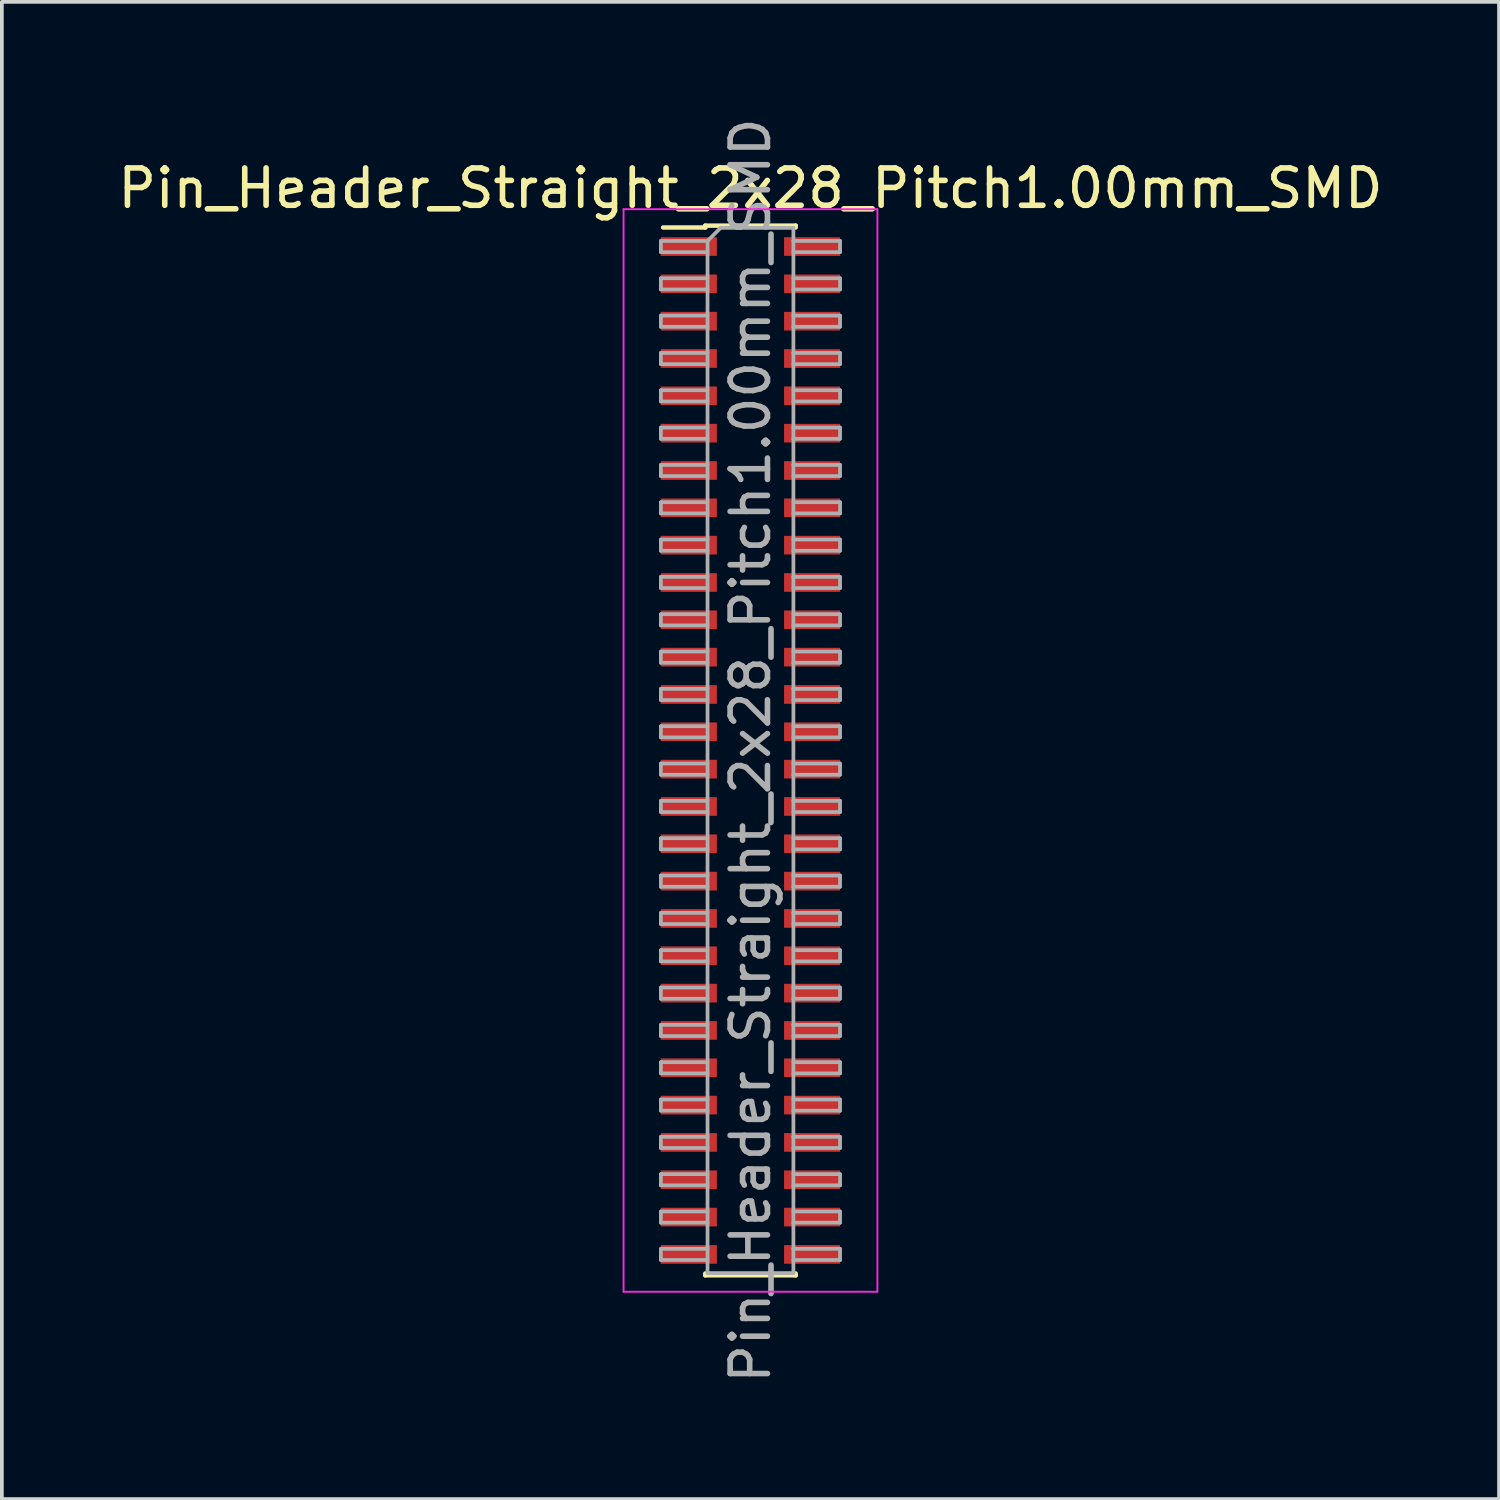
<source format=kicad_pcb>
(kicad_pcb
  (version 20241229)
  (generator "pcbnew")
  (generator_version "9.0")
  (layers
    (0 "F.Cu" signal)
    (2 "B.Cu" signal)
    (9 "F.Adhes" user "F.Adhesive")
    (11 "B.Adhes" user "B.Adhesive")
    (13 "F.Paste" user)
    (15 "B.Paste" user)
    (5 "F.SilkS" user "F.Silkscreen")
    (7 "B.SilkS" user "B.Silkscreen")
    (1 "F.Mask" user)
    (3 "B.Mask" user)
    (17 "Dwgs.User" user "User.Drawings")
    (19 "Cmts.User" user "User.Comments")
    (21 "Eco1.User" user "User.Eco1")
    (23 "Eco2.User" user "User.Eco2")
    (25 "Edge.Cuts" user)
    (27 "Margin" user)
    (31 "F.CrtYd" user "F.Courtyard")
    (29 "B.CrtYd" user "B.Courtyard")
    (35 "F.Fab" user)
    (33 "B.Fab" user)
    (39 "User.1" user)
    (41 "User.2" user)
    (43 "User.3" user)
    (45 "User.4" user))
  (footprint "Pin_Header_Straight_2x28_Pitch1.00mm_SMD"
    (layer "F.Cu")
    (at 17.054 17.054)
    (property "Reference" "Pin_Header_Straight_2x28_Pitch1.00mm_SMD" (at 0 -15.06 0) (layer "F.SilkS") (effects (font (size 1 1) (thickness 0.15))))
    (attr smd)
    (fp_line (start -2.34 -14.01) (end -1.21 -14.01) (stroke (width 0.12) (type solid)) (layer "F.SilkS"))
    (fp_line (start -1.21 -14.06) (end -1.21 -14.01) (stroke (width 0.12) (type solid)) (layer "F.SilkS"))
    (fp_line (start -1.21 -14.06) (end 1.21 -14.06) (stroke (width 0.12) (type solid)) (layer "F.SilkS"))
    (fp_line (start -1.21 14.01) (end -1.21 14.06) (stroke (width 0.12) (type solid)) (layer "F.SilkS"))
    (fp_line (start -1.21 14.06) (end 1.21 14.06) (stroke (width 0.12) (type solid)) (layer "F.SilkS"))
    (fp_line (start 1.21 -14.06) (end 1.21 -14.01) (stroke (width 0.12) (type solid)) (layer "F.SilkS"))
    (fp_line (start 1.21 14.01) (end 1.21 14.06) (stroke (width 0.12) (type solid)) (layer "F.SilkS"))
    (fp_line (start -3.4 -14.5) (end -3.4 14.5) (stroke (width 0.05) (type solid)) (layer "F.CrtYd"))
    (fp_line (start -3.4 14.5) (end 3.4 14.5) (stroke (width 0.05) (type solid)) (layer "F.CrtYd"))
    (fp_line (start 3.4 -14.5) (end -3.4 -14.5) (stroke (width 0.05) (type solid)) (layer "F.CrtYd"))
    (fp_line (start 3.4 14.5) (end 3.4 -14.5) (stroke (width 0.05) (type solid)) (layer "F.CrtYd"))
    (fp_line (start -2.4 -13.65) (end -2.4 -13.35) (stroke (width 0.1) (type solid)) (layer "F.Fab"))
    (fp_line (start -2.4 -13.35) (end -1.15 -13.35) (stroke (width 0.1) (type solid)) (layer "F.Fab"))
    (fp_line (start -2.4 -12.65) (end -2.4 -12.35) (stroke (width 0.1) (type solid)) (layer "F.Fab"))
    (fp_line (start -2.4 -12.35) (end -1.15 -12.35) (stroke (width 0.1) (type solid)) (layer "F.Fab"))
    (fp_line (start -2.4 -11.65) (end -2.4 -11.35) (stroke (width 0.1) (type solid)) (layer "F.Fab"))
    (fp_line (start -2.4 -11.35) (end -1.15 -11.35) (stroke (width 0.1) (type solid)) (layer "F.Fab"))
    (fp_line (start -2.4 -10.65) (end -2.4 -10.35) (stroke (width 0.1) (type solid)) (layer "F.Fab"))
    (fp_line (start -2.4 -10.35) (end -1.15 -10.35) (stroke (width 0.1) (type solid)) (layer "F.Fab"))
    (fp_line (start -2.4 -9.65) (end -2.4 -9.35) (stroke (width 0.1) (type solid)) (layer "F.Fab"))
    (fp_line (start -2.4 -9.35) (end -1.15 -9.35) (stroke (width 0.1) (type solid)) (layer "F.Fab"))
    (fp_line (start -2.4 -8.65) (end -2.4 -8.35) (stroke (width 0.1) (type solid)) (layer "F.Fab"))
    (fp_line (start -2.4 -8.35) (end -1.15 -8.35) (stroke (width 0.1) (type solid)) (layer "F.Fab"))
    (fp_line (start -2.4 -7.65) (end -2.4 -7.35) (stroke (width 0.1) (type solid)) (layer "F.Fab"))
    (fp_line (start -2.4 -7.35) (end -1.15 -7.35) (stroke (width 0.1) (type solid)) (layer "F.Fab"))
    (fp_line (start -2.4 -6.65) (end -2.4 -6.35) (stroke (width 0.1) (type solid)) (layer "F.Fab"))
    (fp_line (start -2.4 -6.35) (end -1.15 -6.35) (stroke (width 0.1) (type solid)) (layer "F.Fab"))
    (fp_line (start -2.4 -5.65) (end -2.4 -5.35) (stroke (width 0.1) (type solid)) (layer "F.Fab"))
    (fp_line (start -2.4 -5.35) (end -1.15 -5.35) (stroke (width 0.1) (type solid)) (layer "F.Fab"))
    (fp_line (start -2.4 -4.65) (end -2.4 -4.35) (stroke (width 0.1) (type solid)) (layer "F.Fab"))
    (fp_line (start -2.4 -4.35) (end -1.15 -4.35) (stroke (width 0.1) (type solid)) (layer "F.Fab"))
    (fp_line (start -2.4 -3.65) (end -2.4 -3.35) (stroke (width 0.1) (type solid)) (layer "F.Fab"))
    (fp_line (start -2.4 -3.35) (end -1.15 -3.35) (stroke (width 0.1) (type solid)) (layer "F.Fab"))
    (fp_line (start -2.4 -2.65) (end -2.4 -2.35) (stroke (width 0.1) (type solid)) (layer "F.Fab"))
    (fp_line (start -2.4 -2.35) (end -1.15 -2.35) (stroke (width 0.1) (type solid)) (layer "F.Fab"))
    (fp_line (start -2.4 -1.65) (end -2.4 -1.35) (stroke (width 0.1) (type solid)) (layer "F.Fab"))
    (fp_line (start -2.4 -1.35) (end -1.15 -1.35) (stroke (width 0.1) (type solid)) (layer "F.Fab"))
    (fp_line (start -2.4 -0.65) (end -2.4 -0.35) (stroke (width 0.1) (type solid)) (layer "F.Fab"))
    (fp_line (start -2.4 -0.35) (end -1.15 -0.35) (stroke (width 0.1) (type solid)) (layer "F.Fab"))
    (fp_line (start -2.4 0.35) (end -2.4 0.65) (stroke (width 0.1) (type solid)) (layer "F.Fab"))
    (fp_line (start -2.4 0.65) (end -1.15 0.65) (stroke (width 0.1) (type solid)) (layer "F.Fab"))
    (fp_line (start -2.4 1.35) (end -2.4 1.65) (stroke (width 0.1) (type solid)) (layer "F.Fab"))
    (fp_line (start -2.4 1.65) (end -1.15 1.65) (stroke (width 0.1) (type solid)) (layer "F.Fab"))
    (fp_line (start -2.4 2.35) (end -2.4 2.65) (stroke (width 0.1) (type solid)) (layer "F.Fab"))
    (fp_line (start -2.4 2.65) (end -1.15 2.65) (stroke (width 0.1) (type solid)) (layer "F.Fab"))
    (fp_line (start -2.4 3.35) (end -2.4 3.65) (stroke (width 0.1) (type solid)) (layer "F.Fab"))
    (fp_line (start -2.4 3.65) (end -1.15 3.65) (stroke (width 0.1) (type solid)) (layer "F.Fab"))
    (fp_line (start -2.4 4.35) (end -2.4 4.65) (stroke (width 0.1) (type solid)) (layer "F.Fab"))
    (fp_line (start -2.4 4.65) (end -1.15 4.65) (stroke (width 0.1) (type solid)) (layer "F.Fab"))
    (fp_line (start -2.4 5.35) (end -2.4 5.65) (stroke (width 0.1) (type solid)) (layer "F.Fab"))
    (fp_line (start -2.4 5.65) (end -1.15 5.65) (stroke (width 0.1) (type solid)) (layer "F.Fab"))
    (fp_line (start -2.4 6.35) (end -2.4 6.65) (stroke (width 0.1) (type solid)) (layer "F.Fab"))
    (fp_line (start -2.4 6.65) (end -1.15 6.65) (stroke (width 0.1) (type solid)) (layer "F.Fab"))
    (fp_line (start -2.4 7.35) (end -2.4 7.65) (stroke (width 0.1) (type solid)) (layer "F.Fab"))
    (fp_line (start -2.4 7.65) (end -1.15 7.65) (stroke (width 0.1) (type solid)) (layer "F.Fab"))
    (fp_line (start -2.4 8.35) (end -2.4 8.65) (stroke (width 0.1) (type solid)) (layer "F.Fab"))
    (fp_line (start -2.4 8.65) (end -1.15 8.65) (stroke (width 0.1) (type solid)) (layer "F.Fab"))
    (fp_line (start -2.4 9.35) (end -2.4 9.65) (stroke (width 0.1) (type solid)) (layer "F.Fab"))
    (fp_line (start -2.4 9.65) (end -1.15 9.65) (stroke (width 0.1) (type solid)) (layer "F.Fab"))
    (fp_line (start -2.4 10.35) (end -2.4 10.65) (stroke (width 0.1) (type solid)) (layer "F.Fab"))
    (fp_line (start -2.4 10.65) (end -1.15 10.65) (stroke (width 0.1) (type solid)) (layer "F.Fab"))
    (fp_line (start -2.4 11.35) (end -2.4 11.65) (stroke (width 0.1) (type solid)) (layer "F.Fab"))
    (fp_line (start -2.4 11.65) (end -1.15 11.65) (stroke (width 0.1) (type solid)) (layer "F.Fab"))
    (fp_line (start -2.4 12.35) (end -2.4 12.65) (stroke (width 0.1) (type solid)) (layer "F.Fab"))
    (fp_line (start -2.4 12.65) (end -1.15 12.65) (stroke (width 0.1) (type solid)) (layer "F.Fab"))
    (fp_line (start -2.4 13.35) (end -2.4 13.65) (stroke (width 0.1) (type solid)) (layer "F.Fab"))
    (fp_line (start -2.4 13.65) (end -1.15 13.65) (stroke (width 0.1) (type solid)) (layer "F.Fab"))
    (fp_line (start -1.15 -13.65) (end -2.4 -13.65) (stroke (width 0.1) (type solid)) (layer "F.Fab"))
    (fp_line (start -1.15 -13.65) (end -0.8 -14) (stroke (width 0.1) (type solid)) (layer "F.Fab"))
    (fp_line (start -1.15 -12.65) (end -2.4 -12.65) (stroke (width 0.1) (type solid)) (layer "F.Fab"))
    (fp_line (start -1.15 -11.65) (end -2.4 -11.65) (stroke (width 0.1) (type solid)) (layer "F.Fab"))
    (fp_line (start -1.15 -10.65) (end -2.4 -10.65) (stroke (width 0.1) (type solid)) (layer "F.Fab"))
    (fp_line (start -1.15 -9.65) (end -2.4 -9.65) (stroke (width 0.1) (type solid)) (layer "F.Fab"))
    (fp_line (start -1.15 -8.65) (end -2.4 -8.65) (stroke (width 0.1) (type solid)) (layer "F.Fab"))
    (fp_line (start -1.15 -7.65) (end -2.4 -7.65) (stroke (width 0.1) (type solid)) (layer "F.Fab"))
    (fp_line (start -1.15 -6.65) (end -2.4 -6.65) (stroke (width 0.1) (type solid)) (layer "F.Fab"))
    (fp_line (start -1.15 -5.65) (end -2.4 -5.65) (stroke (width 0.1) (type solid)) (layer "F.Fab"))
    (fp_line (start -1.15 -4.65) (end -2.4 -4.65) (stroke (width 0.1) (type solid)) (layer "F.Fab"))
    (fp_line (start -1.15 -3.65) (end -2.4 -3.65) (stroke (width 0.1) (type solid)) (layer "F.Fab"))
    (fp_line (start -1.15 -2.65) (end -2.4 -2.65) (stroke (width 0.1) (type solid)) (layer "F.Fab"))
    (fp_line (start -1.15 -1.65) (end -2.4 -1.65) (stroke (width 0.1) (type solid)) (layer "F.Fab"))
    (fp_line (start -1.15 -0.65) (end -2.4 -0.65) (stroke (width 0.1) (type solid)) (layer "F.Fab"))
    (fp_line (start -1.15 0.35) (end -2.4 0.35) (stroke (width 0.1) (type solid)) (layer "F.Fab"))
    (fp_line (start -1.15 1.35) (end -2.4 1.35) (stroke (width 0.1) (type solid)) (layer "F.Fab"))
    (fp_line (start -1.15 2.35) (end -2.4 2.35) (stroke (width 0.1) (type solid)) (layer "F.Fab"))
    (fp_line (start -1.15 3.35) (end -2.4 3.35) (stroke (width 0.1) (type solid)) (layer "F.Fab"))
    (fp_line (start -1.15 4.35) (end -2.4 4.35) (stroke (width 0.1) (type solid)) (layer "F.Fab"))
    (fp_line (start -1.15 5.35) (end -2.4 5.35) (stroke (width 0.1) (type solid)) (layer "F.Fab"))
    (fp_line (start -1.15 6.35) (end -2.4 6.35) (stroke (width 0.1) (type solid)) (layer "F.Fab"))
    (fp_line (start -1.15 7.35) (end -2.4 7.35) (stroke (width 0.1) (type solid)) (layer "F.Fab"))
    (fp_line (start -1.15 8.35) (end -2.4 8.35) (stroke (width 0.1) (type solid)) (layer "F.Fab"))
    (fp_line (start -1.15 9.35) (end -2.4 9.35) (stroke (width 0.1) (type solid)) (layer "F.Fab"))
    (fp_line (start -1.15 10.35) (end -2.4 10.35) (stroke (width 0.1) (type solid)) (layer "F.Fab"))
    (fp_line (start -1.15 11.35) (end -2.4 11.35) (stroke (width 0.1) (type solid)) (layer "F.Fab"))
    (fp_line (start -1.15 12.35) (end -2.4 12.35) (stroke (width 0.1) (type solid)) (layer "F.Fab"))
    (fp_line (start -1.15 13.35) (end -2.4 13.35) (stroke (width 0.1) (type solid)) (layer "F.Fab"))
    (fp_line (start -1.15 14) (end -1.15 -13.65) (stroke (width 0.1) (type solid)) (layer "F.Fab"))
    (fp_line (start -0.8 -14) (end 1.15 -14) (stroke (width 0.1) (type solid)) (layer "F.Fab"))
    (fp_line (start 1.15 -14) (end 1.15 14) (stroke (width 0.1) (type solid)) (layer "F.Fab"))
    (fp_line (start 1.15 -13.65) (end 2.4 -13.65) (stroke (width 0.1) (type solid)) (layer "F.Fab"))
    (fp_line (start 1.15 -12.65) (end 2.4 -12.65) (stroke (width 0.1) (type solid)) (layer "F.Fab"))
    (fp_line (start 1.15 -11.65) (end 2.4 -11.65) (stroke (width 0.1) (type solid)) (layer "F.Fab"))
    (fp_line (start 1.15 -10.65) (end 2.4 -10.65) (stroke (width 0.1) (type solid)) (layer "F.Fab"))
    (fp_line (start 1.15 -9.65) (end 2.4 -9.65) (stroke (width 0.1) (type solid)) (layer "F.Fab"))
    (fp_line (start 1.15 -8.65) (end 2.4 -8.65) (stroke (width 0.1) (type solid)) (layer "F.Fab"))
    (fp_line (start 1.15 -7.65) (end 2.4 -7.65) (stroke (width 0.1) (type solid)) (layer "F.Fab"))
    (fp_line (start 1.15 -6.65) (end 2.4 -6.65) (stroke (width 0.1) (type solid)) (layer "F.Fab"))
    (fp_line (start 1.15 -5.65) (end 2.4 -5.65) (stroke (width 0.1) (type solid)) (layer "F.Fab"))
    (fp_line (start 1.15 -4.65) (end 2.4 -4.65) (stroke (width 0.1) (type solid)) (layer "F.Fab"))
    (fp_line (start 1.15 -3.65) (end 2.4 -3.65) (stroke (width 0.1) (type solid)) (layer "F.Fab"))
    (fp_line (start 1.15 -2.65) (end 2.4 -2.65) (stroke (width 0.1) (type solid)) (layer "F.Fab"))
    (fp_line (start 1.15 -1.65) (end 2.4 -1.65) (stroke (width 0.1) (type solid)) (layer "F.Fab"))
    (fp_line (start 1.15 -0.65) (end 2.4 -0.65) (stroke (width 0.1) (type solid)) (layer "F.Fab"))
    (fp_line (start 1.15 0.35) (end 2.4 0.35) (stroke (width 0.1) (type solid)) (layer "F.Fab"))
    (fp_line (start 1.15 1.35) (end 2.4 1.35) (stroke (width 0.1) (type solid)) (layer "F.Fab"))
    (fp_line (start 1.15 2.35) (end 2.4 2.35) (stroke (width 0.1) (type solid)) (layer "F.Fab"))
    (fp_line (start 1.15 3.35) (end 2.4 3.35) (stroke (width 0.1) (type solid)) (layer "F.Fab"))
    (fp_line (start 1.15 4.35) (end 2.4 4.35) (stroke (width 0.1) (type solid)) (layer "F.Fab"))
    (fp_line (start 1.15 5.35) (end 2.4 5.35) (stroke (width 0.1) (type solid)) (layer "F.Fab"))
    (fp_line (start 1.15 6.35) (end 2.4 6.35) (stroke (width 0.1) (type solid)) (layer "F.Fab"))
    (fp_line (start 1.15 7.35) (end 2.4 7.35) (stroke (width 0.1) (type solid)) (layer "F.Fab"))
    (fp_line (start 1.15 8.35) (end 2.4 8.35) (stroke (width 0.1) (type solid)) (layer "F.Fab"))
    (fp_line (start 1.15 9.35) (end 2.4 9.35) (stroke (width 0.1) (type solid)) (layer "F.Fab"))
    (fp_line (start 1.15 10.35) (end 2.4 10.35) (stroke (width 0.1) (type solid)) (layer "F.Fab"))
    (fp_line (start 1.15 11.35) (end 2.4 11.35) (stroke (width 0.1) (type solid)) (layer "F.Fab"))
    (fp_line (start 1.15 12.35) (end 2.4 12.35) (stroke (width 0.1) (type solid)) (layer "F.Fab"))
    (fp_line (start 1.15 13.35) (end 2.4 13.35) (stroke (width 0.1) (type solid)) (layer "F.Fab"))
    (fp_line (start 1.15 14) (end -1.15 14) (stroke (width 0.1) (type solid)) (layer "F.Fab"))
    (fp_line (start 2.4 -13.65) (end 2.4 -13.35) (stroke (width 0.1) (type solid)) (layer "F.Fab"))
    (fp_line (start 2.4 -13.35) (end 1.15 -13.35) (stroke (width 0.1) (type solid)) (layer "F.Fab"))
    (fp_line (start 2.4 -12.65) (end 2.4 -12.35) (stroke (width 0.1) (type solid)) (layer "F.Fab"))
    (fp_line (start 2.4 -12.35) (end 1.15 -12.35) (stroke (width 0.1) (type solid)) (layer "F.Fab"))
    (fp_line (start 2.4 -11.65) (end 2.4 -11.35) (stroke (width 0.1) (type solid)) (layer "F.Fab"))
    (fp_line (start 2.4 -11.35) (end 1.15 -11.35) (stroke (width 0.1) (type solid)) (layer "F.Fab"))
    (fp_line (start 2.4 -10.65) (end 2.4 -10.35) (stroke (width 0.1) (type solid)) (layer "F.Fab"))
    (fp_line (start 2.4 -10.35) (end 1.15 -10.35) (stroke (width 0.1) (type solid)) (layer "F.Fab"))
    (fp_line (start 2.4 -9.65) (end 2.4 -9.35) (stroke (width 0.1) (type solid)) (layer "F.Fab"))
    (fp_line (start 2.4 -9.35) (end 1.15 -9.35) (stroke (width 0.1) (type solid)) (layer "F.Fab"))
    (fp_line (start 2.4 -8.65) (end 2.4 -8.35) (stroke (width 0.1) (type solid)) (layer "F.Fab"))
    (fp_line (start 2.4 -8.35) (end 1.15 -8.35) (stroke (width 0.1) (type solid)) (layer "F.Fab"))
    (fp_line (start 2.4 -7.65) (end 2.4 -7.35) (stroke (width 0.1) (type solid)) (layer "F.Fab"))
    (fp_line (start 2.4 -7.35) (end 1.15 -7.35) (stroke (width 0.1) (type solid)) (layer "F.Fab"))
    (fp_line (start 2.4 -6.65) (end 2.4 -6.35) (stroke (width 0.1) (type solid)) (layer "F.Fab"))
    (fp_line (start 2.4 -6.35) (end 1.15 -6.35) (stroke (width 0.1) (type solid)) (layer "F.Fab"))
    (fp_line (start 2.4 -5.65) (end 2.4 -5.35) (stroke (width 0.1) (type solid)) (layer "F.Fab"))
    (fp_line (start 2.4 -5.35) (end 1.15 -5.35) (stroke (width 0.1) (type solid)) (layer "F.Fab"))
    (fp_line (start 2.4 -4.65) (end 2.4 -4.35) (stroke (width 0.1) (type solid)) (layer "F.Fab"))
    (fp_line (start 2.4 -4.35) (end 1.15 -4.35) (stroke (width 0.1) (type solid)) (layer "F.Fab"))
    (fp_line (start 2.4 -3.65) (end 2.4 -3.35) (stroke (width 0.1) (type solid)) (layer "F.Fab"))
    (fp_line (start 2.4 -3.35) (end 1.15 -3.35) (stroke (width 0.1) (type solid)) (layer "F.Fab"))
    (fp_line (start 2.4 -2.65) (end 2.4 -2.35) (stroke (width 0.1) (type solid)) (layer "F.Fab"))
    (fp_line (start 2.4 -2.35) (end 1.15 -2.35) (stroke (width 0.1) (type solid)) (layer "F.Fab"))
    (fp_line (start 2.4 -1.65) (end 2.4 -1.35) (stroke (width 0.1) (type solid)) (layer "F.Fab"))
    (fp_line (start 2.4 -1.35) (end 1.15 -1.35) (stroke (width 0.1) (type solid)) (layer "F.Fab"))
    (fp_line (start 2.4 -0.65) (end 2.4 -0.35) (stroke (width 0.1) (type solid)) (layer "F.Fab"))
    (fp_line (start 2.4 -0.35) (end 1.15 -0.35) (stroke (width 0.1) (type solid)) (layer "F.Fab"))
    (fp_line (start 2.4 0.35) (end 2.4 0.65) (stroke (width 0.1) (type solid)) (layer "F.Fab"))
    (fp_line (start 2.4 0.65) (end 1.15 0.65) (stroke (width 0.1) (type solid)) (layer "F.Fab"))
    (fp_line (start 2.4 1.35) (end 2.4 1.65) (stroke (width 0.1) (type solid)) (layer "F.Fab"))
    (fp_line (start 2.4 1.65) (end 1.15 1.65) (stroke (width 0.1) (type solid)) (layer "F.Fab"))
    (fp_line (start 2.4 2.35) (end 2.4 2.65) (stroke (width 0.1) (type solid)) (layer "F.Fab"))
    (fp_line (start 2.4 2.65) (end 1.15 2.65) (stroke (width 0.1) (type solid)) (layer "F.Fab"))
    (fp_line (start 2.4 3.35) (end 2.4 3.65) (stroke (width 0.1) (type solid)) (layer "F.Fab"))
    (fp_line (start 2.4 3.65) (end 1.15 3.65) (stroke (width 0.1) (type solid)) (layer "F.Fab"))
    (fp_line (start 2.4 4.35) (end 2.4 4.65) (stroke (width 0.1) (type solid)) (layer "F.Fab"))
    (fp_line (start 2.4 4.65) (end 1.15 4.65) (stroke (width 0.1) (type solid)) (layer "F.Fab"))
    (fp_line (start 2.4 5.35) (end 2.4 5.65) (stroke (width 0.1) (type solid)) (layer "F.Fab"))
    (fp_line (start 2.4 5.65) (end 1.15 5.65) (stroke (width 0.1) (type solid)) (layer "F.Fab"))
    (fp_line (start 2.4 6.35) (end 2.4 6.65) (stroke (width 0.1) (type solid)) (layer "F.Fab"))
    (fp_line (start 2.4 6.65) (end 1.15 6.65) (stroke (width 0.1) (type solid)) (layer "F.Fab"))
    (fp_line (start 2.4 7.35) (end 2.4 7.65) (stroke (width 0.1) (type solid)) (layer "F.Fab"))
    (fp_line (start 2.4 7.65) (end 1.15 7.65) (stroke (width 0.1) (type solid)) (layer "F.Fab"))
    (fp_line (start 2.4 8.35) (end 2.4 8.65) (stroke (width 0.1) (type solid)) (layer "F.Fab"))
    (fp_line (start 2.4 8.65) (end 1.15 8.65) (stroke (width 0.1) (type solid)) (layer "F.Fab"))
    (fp_line (start 2.4 9.35) (end 2.4 9.65) (stroke (width 0.1) (type solid)) (layer "F.Fab"))
    (fp_line (start 2.4 9.65) (end 1.15 9.65) (stroke (width 0.1) (type solid)) (layer "F.Fab"))
    (fp_line (start 2.4 10.35) (end 2.4 10.65) (stroke (width 0.1) (type solid)) (layer "F.Fab"))
    (fp_line (start 2.4 10.65) (end 1.15 10.65) (stroke (width 0.1) (type solid)) (layer "F.Fab"))
    (fp_line (start 2.4 11.35) (end 2.4 11.65) (stroke (width 0.1) (type solid)) (layer "F.Fab"))
    (fp_line (start 2.4 11.65) (end 1.15 11.65) (stroke (width 0.1) (type solid)) (layer "F.Fab"))
    (fp_line (start 2.4 12.35) (end 2.4 12.65) (stroke (width 0.1) (type solid)) (layer "F.Fab"))
    (fp_line (start 2.4 12.65) (end 1.15 12.65) (stroke (width 0.1) (type solid)) (layer "F.Fab"))
    (fp_line (start 2.4 13.35) (end 2.4 13.65) (stroke (width 0.1) (type solid)) (layer "F.Fab"))
    (fp_line (start 2.4 13.65) (end 1.15 13.65) (stroke (width 0.1) (type solid)) (layer "F.Fab"))
    (fp_text user "${REFERENCE}" (at 0 0 90) (layer "F.Fab") (effects (font (size 1 1) (thickness 0.15))))
    (pad "1" smd rect (at -1.65 -13.5) (size 1.5 0.5) (layers "F.Cu" "F.Mask" "F.Paste"))
    (pad "2" smd rect (at 1.65 -13.5) (size 1.5 0.5) (layers "F.Cu" "F.Mask" "F.Paste"))
    (pad "3" smd rect (at -1.65 -12.5) (size 1.5 0.5) (layers "F.Cu" "F.Mask" "F.Paste"))
    (pad "4" smd rect (at 1.65 -12.5) (size 1.5 0.5) (layers "F.Cu" "F.Mask" "F.Paste"))
    (pad "5" smd rect (at -1.65 -11.5) (size 1.5 0.5) (layers "F.Cu" "F.Mask" "F.Paste"))
    (pad "6" smd rect (at 1.65 -11.5) (size 1.5 0.5) (layers "F.Cu" "F.Mask" "F.Paste"))
    (pad "7" smd rect (at -1.65 -10.5) (size 1.5 0.5) (layers "F.Cu" "F.Mask" "F.Paste"))
    (pad "8" smd rect (at 1.65 -10.5) (size 1.5 0.5) (layers "F.Cu" "F.Mask" "F.Paste"))
    (pad "9" smd rect (at -1.65 -9.5) (size 1.5 0.5) (layers "F.Cu" "F.Mask" "F.Paste"))
    (pad "10" smd rect (at 1.65 -9.5) (size 1.5 0.5) (layers "F.Cu" "F.Mask" "F.Paste"))
    (pad "11" smd rect (at -1.65 -8.5) (size 1.5 0.5) (layers "F.Cu" "F.Mask" "F.Paste"))
    (pad "12" smd rect (at 1.65 -8.5) (size 1.5 0.5) (layers "F.Cu" "F.Mask" "F.Paste"))
    (pad "13" smd rect (at -1.65 -7.5) (size 1.5 0.5) (layers "F.Cu" "F.Mask" "F.Paste"))
    (pad "14" smd rect (at 1.65 -7.5) (size 1.5 0.5) (layers "F.Cu" "F.Mask" "F.Paste"))
    (pad "15" smd rect (at -1.65 -6.5) (size 1.5 0.5) (layers "F.Cu" "F.Mask" "F.Paste"))
    (pad "16" smd rect (at 1.65 -6.5) (size 1.5 0.5) (layers "F.Cu" "F.Mask" "F.Paste"))
    (pad "17" smd rect (at -1.65 -5.5) (size 1.5 0.5) (layers "F.Cu" "F.Mask" "F.Paste"))
    (pad "18" smd rect (at 1.65 -5.5) (size 1.5 0.5) (layers "F.Cu" "F.Mask" "F.Paste"))
    (pad "19" smd rect (at -1.65 -4.5) (size 1.5 0.5) (layers "F.Cu" "F.Mask" "F.Paste"))
    (pad "20" smd rect (at 1.65 -4.5) (size 1.5 0.5) (layers "F.Cu" "F.Mask" "F.Paste"))
    (pad "21" smd rect (at -1.65 -3.5) (size 1.5 0.5) (layers "F.Cu" "F.Mask" "F.Paste"))
    (pad "22" smd rect (at 1.65 -3.5) (size 1.5 0.5) (layers "F.Cu" "F.Mask" "F.Paste"))
    (pad "23" smd rect (at -1.65 -2.5) (size 1.5 0.5) (layers "F.Cu" "F.Mask" "F.Paste"))
    (pad "24" smd rect (at 1.65 -2.5) (size 1.5 0.5) (layers "F.Cu" "F.Mask" "F.Paste"))
    (pad "25" smd rect (at -1.65 -1.5) (size 1.5 0.5) (layers "F.Cu" "F.Mask" "F.Paste"))
    (pad "26" smd rect (at 1.65 -1.5) (size 1.5 0.5) (layers "F.Cu" "F.Mask" "F.Paste"))
    (pad "27" smd rect (at -1.65 -0.5) (size 1.5 0.5) (layers "F.Cu" "F.Mask" "F.Paste"))
    (pad "28" smd rect (at 1.65 -0.5) (size 1.5 0.5) (layers "F.Cu" "F.Mask" "F.Paste"))
    (pad "29" smd rect (at -1.65 0.5) (size 1.5 0.5) (layers "F.Cu" "F.Mask" "F.Paste"))
    (pad "30" smd rect (at 1.65 0.5) (size 1.5 0.5) (layers "F.Cu" "F.Mask" "F.Paste"))
    (pad "31" smd rect (at -1.65 1.5) (size 1.5 0.5) (layers "F.Cu" "F.Mask" "F.Paste"))
    (pad "32" smd rect (at 1.65 1.5) (size 1.5 0.5) (layers "F.Cu" "F.Mask" "F.Paste"))
    (pad "33" smd rect (at -1.65 2.5) (size 1.5 0.5) (layers "F.Cu" "F.Mask" "F.Paste"))
    (pad "34" smd rect (at 1.65 2.5) (size 1.5 0.5) (layers "F.Cu" "F.Mask" "F.Paste"))
    (pad "35" smd rect (at -1.65 3.5) (size 1.5 0.5) (layers "F.Cu" "F.Mask" "F.Paste"))
    (pad "36" smd rect (at 1.65 3.5) (size 1.5 0.5) (layers "F.Cu" "F.Mask" "F.Paste"))
    (pad "37" smd rect (at -1.65 4.5) (size 1.5 0.5) (layers "F.Cu" "F.Mask" "F.Paste"))
    (pad "38" smd rect (at 1.65 4.5) (size 1.5 0.5) (layers "F.Cu" "F.Mask" "F.Paste"))
    (pad "39" smd rect (at -1.65 5.5) (size 1.5 0.5) (layers "F.Cu" "F.Mask" "F.Paste"))
    (pad "40" smd rect (at 1.65 5.5) (size 1.5 0.5) (layers "F.Cu" "F.Mask" "F.Paste"))
    (pad "41" smd rect (at -1.65 6.5) (size 1.5 0.5) (layers "F.Cu" "F.Mask" "F.Paste"))
    (pad "42" smd rect (at 1.65 6.5) (size 1.5 0.5) (layers "F.Cu" "F.Mask" "F.Paste"))
    (pad "43" smd rect (at -1.65 7.5) (size 1.5 0.5) (layers "F.Cu" "F.Mask" "F.Paste"))
    (pad "44" smd rect (at 1.65 7.5) (size 1.5 0.5) (layers "F.Cu" "F.Mask" "F.Paste"))
    (pad "45" smd rect (at -1.65 8.5) (size 1.5 0.5) (layers "F.Cu" "F.Mask" "F.Paste"))
    (pad "46" smd rect (at 1.65 8.5) (size 1.5 0.5) (layers "F.Cu" "F.Mask" "F.Paste"))
    (pad "47" smd rect (at -1.65 9.5) (size 1.5 0.5) (layers "F.Cu" "F.Mask" "F.Paste"))
    (pad "48" smd rect (at 1.65 9.5) (size 1.5 0.5) (layers "F.Cu" "F.Mask" "F.Paste"))
    (pad "49" smd rect (at -1.65 10.5) (size 1.5 0.5) (layers "F.Cu" "F.Mask" "F.Paste"))
    (pad "50" smd rect (at 1.65 10.5) (size 1.5 0.5) (layers "F.Cu" "F.Mask" "F.Paste"))
    (pad "51" smd rect (at -1.65 11.5) (size 1.5 0.5) (layers "F.Cu" "F.Mask" "F.Paste"))
    (pad "52" smd rect (at 1.65 11.5) (size 1.5 0.5) (layers "F.Cu" "F.Mask" "F.Paste"))
    (pad "53" smd rect (at -1.65 12.5) (size 1.5 0.5) (layers "F.Cu" "F.Mask" "F.Paste"))
    (pad "54" smd rect (at 1.65 12.5) (size 1.5 0.5) (layers "F.Cu" "F.Mask" "F.Paste"))
    (pad "55" smd rect (at -1.65 13.5) (size 1.5 0.5) (layers "F.Cu" "F.Mask" "F.Paste"))
    (pad "56" smd rect (at 1.65 13.5) (size 1.5 0.5) (layers "F.Cu" "F.Mask" "F.Paste")))
  (gr_rect
    (start -3 -3)
    (end 37.107 37.107)
    (stroke (width 0.1) (type default))
    (fill no)
    (layer "Edge.Cuts")))
</source>
